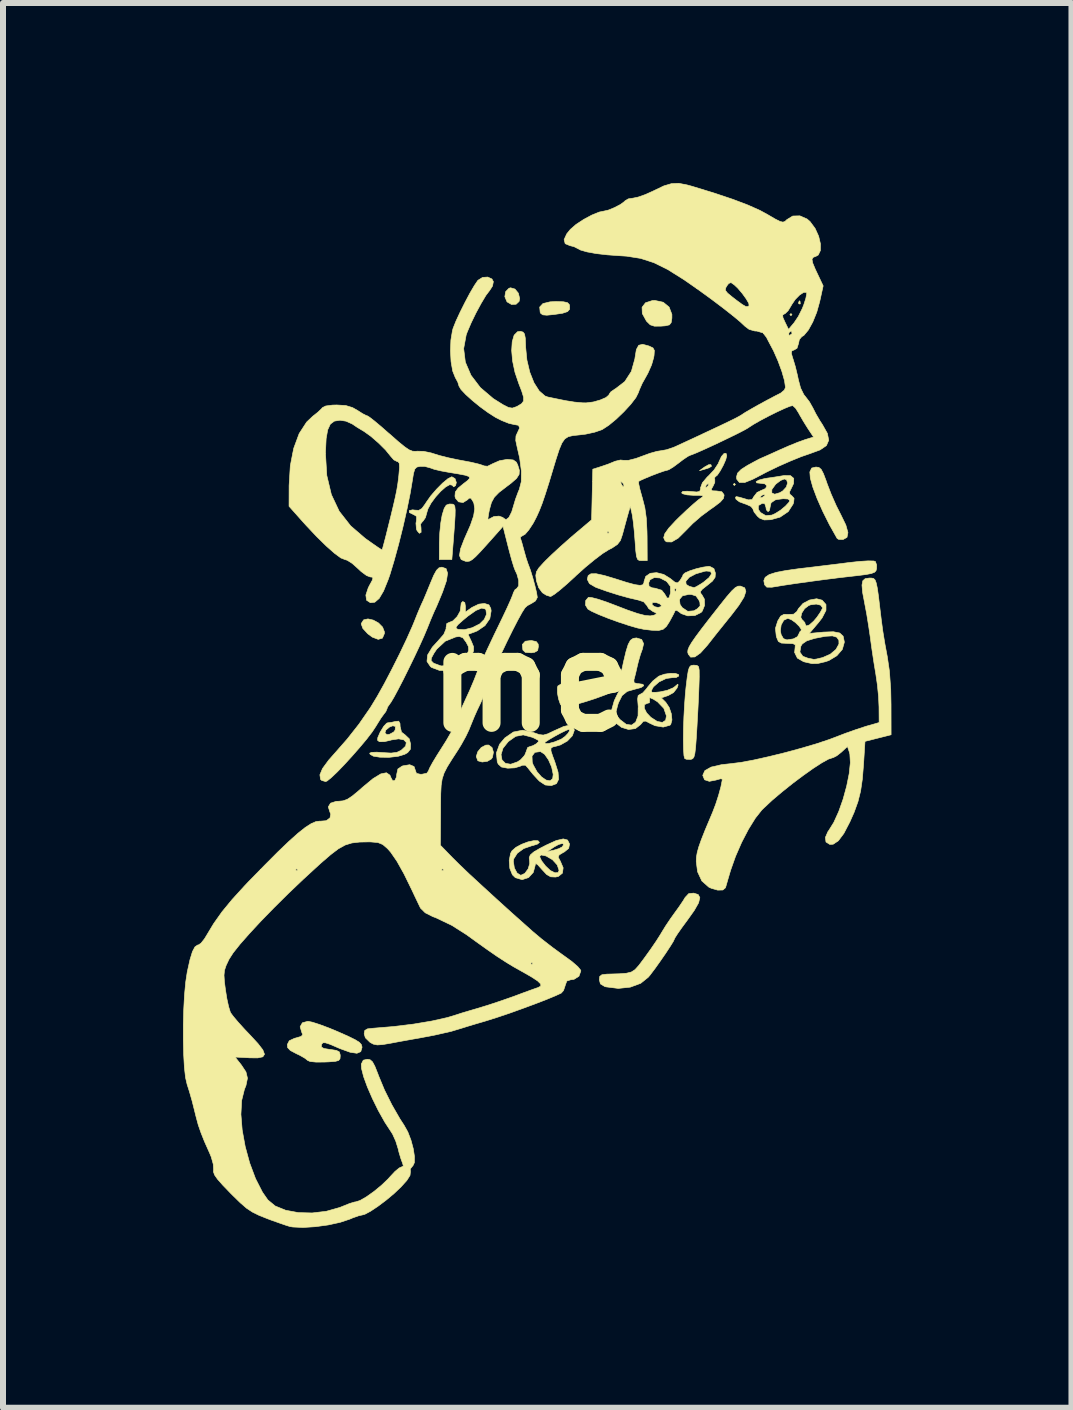
<source format=kicad_pcb>
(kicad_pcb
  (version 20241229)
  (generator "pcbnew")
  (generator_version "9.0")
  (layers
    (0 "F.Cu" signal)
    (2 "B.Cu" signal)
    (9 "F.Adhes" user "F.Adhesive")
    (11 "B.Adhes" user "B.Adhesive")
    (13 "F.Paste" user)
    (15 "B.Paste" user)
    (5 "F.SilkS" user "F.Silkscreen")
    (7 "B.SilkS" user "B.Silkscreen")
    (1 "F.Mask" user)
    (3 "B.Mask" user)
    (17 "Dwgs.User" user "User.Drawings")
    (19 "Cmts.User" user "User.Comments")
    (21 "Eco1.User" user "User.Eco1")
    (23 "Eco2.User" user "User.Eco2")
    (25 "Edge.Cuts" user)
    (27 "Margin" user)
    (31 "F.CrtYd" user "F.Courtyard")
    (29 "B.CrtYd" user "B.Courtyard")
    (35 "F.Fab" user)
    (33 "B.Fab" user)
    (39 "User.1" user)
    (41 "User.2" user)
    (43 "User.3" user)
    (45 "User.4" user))
  (footprint "me"
    (layer "F.Cu")
    (at 5.795 8.307)
    (property "Reference" "me" (at 0 0 0) (layer "F.SilkS") (effects (font (size 1.524 1.524) (thickness 0.3))))
    (attr through_hole)
    (fp_poly (pts (xy 3.411 -3.284) (xy 3.393 -3.266) (xy 3.375 -3.284) (xy 3.393 -3.302) (xy 3.411 -3.284)) (stroke (width 0.01) (type solid)) (fill yes) (layer "F.SilkS"))
    (fp_poly (pts (xy 4.354 -6.114) (xy 4.336 -6.096) (xy 4.318 -6.114) (xy 4.336 -6.132) (xy 4.354 -6.114)) (stroke (width 0.01) (type solid)) (fill yes) (layer "F.SilkS"))
    (fp_poly (pts (xy 4.487 -6.338) (xy 4.492 -6.295) (xy 4.487 -6.29) (xy 4.466 -6.295) (xy 4.463 -6.314) (xy 4.476 -6.344) (xy 4.487 -6.338)) (stroke (width 0.01) (type solid)) (fill yes) (layer "F.SilkS"))
    (fp_poly (pts (xy 3.012 -3.586) (xy 2.971 -3.561) (xy 2.903 -3.539) (xy 2.812 -3.513) (xy 2.896 -3.574) (xy 2.963 -3.612) (xy 3.002 -3.614) (xy 3.012 -3.586)) (stroke (width 0.01) (type solid)) (fill yes) (layer "F.SilkS"))
    (fp_poly (pts (xy 0.092 -0.665) (xy 0.124 -0.623) (xy 0.127 -0.581) (xy 0.115 -0.516) (xy 0.063 -0.486) (xy 0.009 -0.478) (xy -0.09 -0.485) (xy -0.131 -0.524) (xy -0.141 -0.616) (xy -0.091 -0.671) (xy 0.009 -0.683) (xy 0.092 -0.665)) (stroke (width 0.01) (type solid)) (fill yes) (layer "F.SilkS"))
    (fp_poly (pts (xy -0.263 -6.54) (xy -0.207 -6.472) (xy -0.185 -6.384) (xy -0.194 -6.334) (xy -0.244 -6.287) (xy -0.321 -6.283) (xy -0.393 -6.325) (xy -0.397 -6.33) (xy -0.432 -6.413) (xy -0.418 -6.497) (xy -0.363 -6.553) (xy -0.336 -6.561) (xy -0.263 -6.54)) (stroke (width 0.01) (type solid)) (fill yes) (layer "F.SilkS"))
    (fp_poly (pts (xy -0.645 1.101) (xy -0.622 1.179) (xy -0.638 1.264) (xy -0.655 1.29) (xy -0.722 1.33) (xy -0.81 1.342) (xy -0.88 1.322) (xy -0.883 1.318) (xy -0.908 1.251) (xy -0.883 1.171) (xy -0.825 1.1) (xy -0.748 1.06) (xy -0.701 1.059) (xy -0.645 1.101)) (stroke (width 0.01) (type solid)) (fill yes) (layer "F.SilkS"))
    (fp_poly (pts (xy -2.624 -1.023) (xy -2.537 -0.975) (xy -2.469 -0.906) (xy -2.438 -0.825) (xy -2.439 -0.799) (xy -2.472 -0.722) (xy -2.542 -0.702) (xy -2.64 -0.739) (xy -2.716 -0.795) (xy -2.798 -0.884) (xy -2.825 -0.959) (xy -2.824 -0.967) (xy -2.785 -1.027) (xy -2.713 -1.043) (xy -2.624 -1.023)) (stroke (width 0.01) (type solid)) (fill yes) (layer "F.SilkS"))
    (fp_poly (pts (xy 0.544 -6.328) (xy 0.611 -6.314) (xy 0.641 -6.284) (xy 0.647 -6.265) (xy 0.648 -6.204) (xy 0.613 -6.164) (xy 0.531 -6.137) (xy 0.39 -6.116) (xy 0.269 -6.104) (xy 0.201 -6.11) (xy 0.167 -6.134) (xy 0.157 -6.153) (xy 0.149 -6.24) (xy 0.203 -6.298) (xy 0.322 -6.327) (xy 0.421 -6.332) (xy 0.544 -6.328)) (stroke (width 0.01) (type solid)) (fill yes) (layer "F.SilkS"))
    (fp_poly (pts (xy 2.208 -6.32) (xy 2.306 -6.239) (xy 2.352 -6.118) (xy 2.352 -6.055) (xy 2.34 -5.98) (xy 2.31 -5.943) (xy 2.24 -5.927) (xy 2.172 -5.922) (xy 2.061 -5.921) (xy 1.991 -5.944) (xy 1.933 -6.001) (xy 1.927 -6.008) (xy 1.859 -6.132) (xy 1.855 -6.236) (xy 1.912 -6.311) (xy 2.026 -6.348) (xy 2.069 -6.35) (xy 2.208 -6.32)) (stroke (width 0.01) (type solid)) (fill yes) (layer "F.SilkS"))
    (fp_poly (pts (xy -1.305 -2.956) (xy -1.28 -2.946) (xy -1.265 -2.916) (xy -1.259 -2.857) (xy -1.261 -2.759) (xy -1.27 -2.61) (xy -1.286 -2.402) (xy -1.29 -2.349) (xy -1.315 -2.032) (xy -1.524 -2.032) (xy -1.523 -2.313) (xy -1.516 -2.48) (xy -1.499 -2.646) (xy -1.476 -2.776) (xy -1.442 -2.885) (xy -1.408 -2.939) (xy -1.359 -2.957) (xy -1.34 -2.957) (xy -1.305 -2.956)) (stroke (width 0.01) (type solid)) (fill yes) (layer "F.SilkS"))
    (fp_poly (pts (xy 4.802 -3.567) (xy 4.84 -3.535) (xy 4.877 -3.465) (xy 4.923 -3.344) (xy 4.937 -3.302) (xy 5.005 -3.125) (xy 5.09 -2.932) (xy 5.166 -2.782) (xy 5.251 -2.607) (xy 5.286 -2.481) (xy 5.27 -2.402) (xy 5.205 -2.366) (xy 5.201 -2.366) (xy 5.132 -2.368) (xy 5.106 -2.384) (xy 4.979 -2.61) (xy 4.866 -2.836) (xy 4.772 -3.049) (xy 4.701 -3.238) (xy 4.659 -3.389) (xy 4.651 -3.491) (xy 4.651 -3.492) (xy 4.682 -3.557) (xy 4.753 -3.574) (xy 4.802 -3.567)) (stroke (width 0.01) (type solid)) (fill yes) (layer "F.SilkS"))
    (fp_poly (pts (xy 3.497 -1.589) (xy 3.566 -1.561) (xy 3.585 -1.501) (xy 3.553 -1.405) (xy 3.468 -1.269) (xy 3.35 -1.114) (xy 3.226 -0.96) (xy 3.099 -0.802) (xy 2.989 -0.662) (xy 2.943 -0.603) (xy 2.828 -0.475) (xy 2.734 -0.409) (xy 2.664 -0.406) (xy 2.625 -0.456) (xy 2.616 -0.489) (xy 2.62 -0.528) (xy 2.64 -0.579) (xy 2.682 -0.65) (xy 2.75 -0.748) (xy 2.849 -0.881) (xy 2.984 -1.056) (xy 3.152 -1.27) (xy 3.267 -1.414) (xy 3.349 -1.509) (xy 3.408 -1.564) (xy 3.453 -1.588) (xy 3.495 -1.59) (xy 3.497 -1.589)) (stroke (width 0.01) (type solid)) (fill yes) (layer "F.SilkS"))
    (fp_poly (pts (xy 5.715 -2.008) (xy 5.743 -2) (xy 5.764 -1.942) (xy 5.763 -1.883) (xy 5.754 -1.846) (xy 5.729 -1.82) (xy 5.677 -1.8) (xy 5.585 -1.782) (xy 5.44 -1.764) (xy 5.334 -1.752) (xy 5.126 -1.728) (xy 4.889 -1.698) (xy 4.643 -1.665) (xy 4.407 -1.632) (xy 4.2 -1.601) (xy 4.042 -1.575) (xy 4.019 -1.571) (xy 3.934 -1.572) (xy 3.897 -1.611) (xy 3.884 -1.68) (xy 3.907 -1.736) (xy 3.973 -1.781) (xy 4.091 -1.819) (xy 4.266 -1.852) (xy 4.506 -1.885) (xy 4.529 -1.887) (xy 4.722 -1.91) (xy 4.951 -1.938) (xy 5.181 -1.966) (xy 5.295 -1.981) (xy 5.478 -2.001) (xy 5.622 -2.01) (xy 5.715 -2.008)) (stroke (width 0.01) (type solid)) (fill yes) (layer "F.SilkS"))
    (fp_poly (pts (xy 2.77 -0.268) (xy 2.797 -0.246) (xy 2.807 -0.188) (xy 2.808 -0.079) (xy 2.807 -0.036) (xy 2.803 0.087) (xy 2.796 0.263) (xy 2.786 0.468) (xy 2.774 0.684) (xy 2.771 0.744) (xy 2.758 0.954) (xy 2.747 1.102) (xy 2.735 1.199) (xy 2.72 1.257) (xy 2.7 1.286) (xy 2.673 1.297) (xy 2.666 1.299) (xy 2.593 1.296) (xy 2.566 1.284) (xy 2.553 1.234) (xy 2.546 1.127) (xy 2.543 0.975) (xy 2.545 0.792) (xy 2.552 0.593) (xy 2.563 0.392) (xy 2.577 0.201) (xy 2.588 0.091) (xy 2.608 -0.074) (xy 2.625 -0.179) (xy 2.644 -0.238) (xy 2.67 -0.265) (xy 2.706 -0.272) (xy 2.721 -0.272) (xy 2.77 -0.268)) (stroke (width 0.01) (type solid)) (fill yes) (layer "F.SilkS"))
    (fp_poly (pts (xy -1.262 -3.381) (xy -1.24 -3.316) (xy -1.253 -3.264) (xy -1.285 -3.244) (xy -1.309 -3.271) (xy -1.35 -3.28) (xy -1.418 -3.242) (xy -1.501 -3.169) (xy -1.586 -3.075) (xy -1.661 -2.973) (xy -1.713 -2.877) (xy -1.729 -2.824) (xy -1.755 -2.731) (xy -1.794 -2.674) (xy -1.801 -2.67) (xy -1.836 -2.623) (xy -1.829 -2.559) (xy -1.827 -2.486) (xy -1.856 -2.469) (xy -1.894 -2.513) (xy -1.905 -2.54) (xy -1.913 -2.636) (xy -1.904 -2.688) (xy -1.903 -2.752) (xy -1.956 -2.783) (xy -2.022 -2.815) (xy -2.025 -2.848) (xy -1.969 -2.861) (xy -1.932 -2.856) (xy -1.866 -2.852) (xy -1.814 -2.883) (xy -1.756 -2.962) (xy -1.742 -2.985) (xy -1.665 -3.094) (xy -1.569 -3.205) (xy -1.469 -3.306) (xy -1.381 -3.379) (xy -1.318 -3.411) (xy -1.314 -3.411) (xy -1.262 -3.381)) (stroke (width 0.01) (type solid)) (fill yes) (layer "F.SilkS"))
    (fp_poly (pts (xy 2.79 3.55) (xy 2.818 3.602) (xy 2.797 3.689) (xy 2.726 3.814) (xy 2.613 3.973) (xy 2.521 4.098) (xy 2.448 4.202) (xy 2.404 4.271) (xy 2.395 4.29) (xy 2.375 4.333) (xy 2.322 4.418) (xy 2.247 4.532) (xy 2.16 4.658) (xy 2.072 4.782) (xy 1.992 4.888) (xy 1.96 4.927) (xy 1.832 5.03) (xy 1.658 5.094) (xy 1.459 5.115) (xy 1.253 5.089) (xy 1.234 5.084) (xy 1.161 5.04) (xy 1.143 4.97) (xy 1.15 4.914) (xy 1.186 4.887) (xy 1.268 4.877) (xy 1.306 4.876) (xy 1.478 4.871) (xy 1.595 4.862) (xy 1.676 4.842) (xy 1.738 4.802) (xy 1.8 4.733) (xy 1.879 4.628) (xy 1.903 4.595) (xy 2.003 4.456) (xy 2.095 4.321) (xy 2.164 4.212) (xy 2.179 4.186) (xy 2.246 4.077) (xy 2.334 3.946) (xy 2.393 3.864) (xy 2.473 3.753) (xy 2.541 3.652) (xy 2.573 3.599) (xy 2.633 3.535) (xy 2.715 3.527) (xy 2.79 3.55)) (stroke (width 0.01) (type solid)) (fill yes) (layer "F.SilkS"))
    (fp_poly (pts (xy -3.711 5.663) (xy -3.639 5.678) (xy -3.518 5.717) (xy -3.365 5.774) (xy -3.211 5.838) (xy -3.04 5.914) (xy -2.926 5.97) (xy -2.857 6.013) (xy -2.823 6.051) (xy -2.812 6.091) (xy -2.812 6.099) (xy -2.833 6.169) (xy -2.897 6.196) (xy -3.01 6.179) (xy -3.176 6.119) (xy -3.218 6.101) (xy -3.346 6.046) (xy -3.423 6.021) (xy -3.464 6.021) (xy -3.484 6.045) (xy -3.487 6.053) (xy -3.489 6.092) (xy -3.447 6.116) (xy -3.348 6.132) (xy -3.342 6.132) (xy -3.239 6.148) (xy -3.19 6.173) (xy -3.176 6.221) (xy -3.175 6.241) (xy -3.179 6.288) (xy -3.202 6.316) (xy -3.258 6.331) (xy -3.365 6.339) (xy -3.435 6.342) (xy -3.577 6.343) (xy -3.677 6.333) (xy -3.718 6.315) (xy -3.763 6.279) (xy -3.85 6.229) (xy -3.905 6.203) (xy -4.007 6.149) (xy -4.052 6.101) (xy -4.057 6.05) (xy -4.024 5.987) (xy -3.936 5.946) (xy -3.911 5.94) (xy -3.827 5.915) (xy -3.8 5.886) (xy -3.817 5.844) (xy -3.843 5.754) (xy -3.806 5.688) (xy -3.716 5.663) (xy -3.711 5.663)) (stroke (width 0.01) (type solid)) (fill yes) (layer "F.SilkS"))
    (fp_poly (pts (xy -2.179 0.7) (xy -2.177 0.749) (xy -2.154 0.844) (xy -2.095 0.889) (xy -2.025 0.955) (xy -2.003 1.041) (xy -2.006 1.129) (xy -2.051 1.185) (xy -2.101 1.214) (xy -2.211 1.247) (xy -2.36 1.264) (xy -2.514 1.262) (xy -2.622 1.245) (xy -2.675 1.215) (xy -2.685 1.195) (xy -2.652 1.181) (xy -2.565 1.178) (xy -2.469 1.185) (xy -2.327 1.193) (xy -2.231 1.181) (xy -2.16 1.147) (xy -2.085 1.077) (xy -2.074 1.016) (xy -2.115 0.973) (xy -2.201 0.956) (xy -2.322 0.974) (xy -2.342 0.98) (xy -2.441 1.003) (xy -2.517 1.004) (xy -2.524 1.002) (xy -2.553 0.98) (xy -2.549 0.935) (xy -2.516 0.859) (xy -2.43 0.859) (xy -2.397 0.885) (xy -2.356 0.881) (xy -2.285 0.843) (xy -2.26 0.81) (xy -2.255 0.749) (xy -2.299 0.738) (xy -2.355 0.76) (xy -2.416 0.811) (xy -2.43 0.859) (xy -2.516 0.859) (xy -2.511 0.848) (xy -2.504 0.835) (xy -2.45 0.747) (xy -2.401 0.695) (xy -2.385 0.689) (xy -2.316 0.68) (xy -2.259 0.667) (xy -2.201 0.661) (xy -2.179 0.7)) (stroke (width 0.01) (type solid)) (fill yes) (layer "F.SilkS"))
    (fp_poly (pts (xy -1.411 -1.881) (xy -1.386 -1.806) (xy -1.405 -1.678) (xy -1.468 -1.495) (xy -1.469 -1.492) (xy -1.522 -1.364) (xy -1.567 -1.257) (xy -1.595 -1.195) (xy -1.596 -1.195) (xy -1.623 -1.134) (xy -1.668 -1.028) (xy -1.72 -0.898) (xy -1.725 -0.886) (xy -1.78 -0.755) (xy -1.854 -0.591) (xy -1.941 -0.406) (xy -2.034 -0.215) (xy -2.125 -0.031) (xy -2.21 0.133) (xy -2.28 0.263) (xy -2.33 0.347) (xy -2.344 0.366) (xy -2.386 0.426) (xy -2.395 0.454) (xy -2.416 0.503) (xy -2.446 0.541) (xy -2.494 0.607) (xy -2.556 0.706) (xy -2.582 0.749) (xy -2.643 0.841) (xy -2.735 0.961) (xy -2.85 1.098) (xy -2.976 1.242) (xy -3.103 1.381) (xy -3.221 1.504) (xy -3.321 1.599) (xy -3.392 1.657) (xy -3.418 1.668) (xy -3.484 1.649) (xy -3.503 1.631) (xy -3.514 1.555) (xy -3.47 1.45) (xy -3.368 1.311) (xy -3.293 1.226) (xy -3.06 0.961) (xy -2.863 0.711) (xy -2.681 0.448) (xy -2.661 0.417) (xy -2.559 0.249) (xy -2.439 0.034) (xy -2.311 -0.211) (xy -2.184 -0.464) (xy -2.068 -0.707) (xy -1.973 -0.92) (xy -1.942 -0.995) (xy -1.89 -1.126) (xy -1.844 -1.235) (xy -1.815 -1.301) (xy -1.813 -1.304) (xy -1.786 -1.363) (xy -1.741 -1.47) (xy -1.687 -1.602) (xy -1.674 -1.633) (xy -1.616 -1.771) (xy -1.57 -1.854) (xy -1.529 -1.894) (xy -1.482 -1.905) (xy -1.481 -1.905) (xy -1.411 -1.881)) (stroke (width 0.01) (type solid)) (fill yes) (layer "F.SilkS"))
    (fp_poly (pts (xy 3.266 -3.762) (xy 3.25 -3.697) (xy 3.21 -3.606) (xy 3.159 -3.512) (xy 3.11 -3.439) (xy 3.075 -3.411) (xy 3.06 -3.388) (xy 3.067 -3.373) (xy 3.067 -3.317) (xy 3.038 -3.255) (xy 3.007 -3.2) (xy 3.025 -3.178) (xy 3.098 -3.175) (xy 3.184 -3.162) (xy 3.219 -3.116) (xy 3.222 -3.101) (xy 3.211 -3.05) (xy 3.158 -2.99) (xy 3.053 -2.91) (xy 2.992 -2.868) (xy 2.845 -2.759) (xy 2.697 -2.631) (xy 2.584 -2.515) (xy 2.456 -2.388) (xy 2.348 -2.325) (xy 2.264 -2.327) (xy 2.238 -2.346) (xy 2.215 -2.396) (xy 2.234 -2.463) (xy 2.301 -2.557) (xy 2.418 -2.683) (xy 2.477 -2.741) (xy 2.598 -2.856) (xy 2.709 -2.956) (xy 2.793 -3.027) (xy 2.824 -3.049) (xy 2.868 -3.08) (xy 2.867 -3.096) (xy 2.811 -3.102) (xy 2.718 -3.102) (xy 2.604 -3.11) (xy 2.53 -3.129) (xy 2.514 -3.144) (xy 2.533 -3.168) (xy 2.614 -3.171) (xy 2.665 -3.166) (xy 2.766 -3.158) (xy 2.815 -3.168) (xy 2.829 -3.204) (xy 2.83 -3.23) (xy 2.831 -3.232) (xy 2.912 -3.232) (xy 2.917 -3.229) (xy 2.95 -3.255) (xy 2.957 -3.266) (xy 2.967 -3.3) (xy 2.962 -3.302) (xy 2.928 -3.276) (xy 2.921 -3.266) (xy 2.912 -3.232) (xy 2.831 -3.232) (xy 2.86 -3.311) (xy 2.941 -3.407) (xy 2.964 -3.428) (xy 3.055 -3.525) (xy 3.124 -3.63) (xy 3.139 -3.666) (xy 3.178 -3.75) (xy 3.221 -3.799) (xy 3.255 -3.802) (xy 3.266 -3.762)) (stroke (width 0.01) (type solid)) (fill yes) (layer "F.SilkS"))
    (fp_poly (pts (xy -1.099 -1.316) (xy -1.089 -1.252) (xy -1.089 -1.156) (xy -0.98 -1.234) (xy -0.866 -1.289) (xy -0.771 -1.3) (xy -0.697 -1.277) (xy -0.666 -1.217) (xy -0.66 -1.177) (xy -0.682 -1.048) (xy -0.763 -0.931) (xy -0.89 -0.844) (xy -0.923 -0.83) (xy -1.045 -0.786) (xy -0.988 -0.665) (xy -0.953 -0.579) (xy -0.953 -0.511) (xy -0.988 -0.423) (xy -0.992 -0.415) (xy -1.081 -0.304) (xy -1.213 -0.224) (xy -1.367 -0.183) (xy -1.52 -0.184) (xy -1.652 -0.234) (xy -1.671 -0.248) (xy -1.729 -0.334) (xy -1.728 -0.349) (xy -1.661 -0.349) (xy -1.63 -0.315) (xy -1.614 -0.303) (xy -1.495 -0.259) (xy -1.339 -0.267) (xy -1.238 -0.294) (xy -1.134 -0.359) (xy -1.068 -0.44) (xy -1.034 -0.52) (xy -1.04 -0.584) (xy -1.077 -0.655) (xy -1.132 -0.729) (xy -1.191 -0.75) (xy -1.251 -0.742) (xy -1.424 -0.672) (xy -1.566 -0.54) (xy -1.612 -0.472) (xy -1.655 -0.393) (xy -1.661 -0.349) (xy -1.728 -0.349) (xy -1.719 -0.442) (xy -1.64 -0.572) (xy -1.551 -0.669) (xy -1.449 -0.786) (xy -1.411 -0.877) (xy -1.411 -0.898) (xy -1.41 -0.903) (xy -1.246 -0.903) (xy -1.234 -0.879) (xy -1.211 -0.869) (xy -1.108 -0.863) (xy -0.977 -0.896) (xy -0.851 -0.959) (xy -0.775 -1.034) (xy -0.737 -1.12) (xy -0.747 -1.195) (xy -0.758 -1.208) (xy -0.817 -1.223) (xy -0.913 -1.184) (xy -1.048 -1.089) (xy -1.131 -1.02) (xy -1.214 -0.946) (xy -1.246 -0.903) (xy -1.41 -0.903) (xy -1.4 -0.965) (xy -1.37 -0.98) (xy -1.297 -1.01) (xy -1.225 -1.083) (xy -1.176 -1.172) (xy -1.167 -1.236) (xy -1.159 -1.306) (xy -1.134 -1.333) (xy -1.099 -1.316)) (stroke (width 0.01) (type solid)) (fill yes) (layer "F.SilkS"))
    (fp_poly (pts (xy 0.613 2.642) (xy 0.646 2.707) (xy 0.646 2.711) (xy 0.632 2.781) (xy 0.559 2.841) (xy 0.546 2.847) (xy 0.474 2.89) (xy 0.457 2.927) (xy 0.487 2.984) (xy 0.492 2.992) (xy 0.54 3.105) (xy 0.528 3.194) (xy 0.46 3.249) (xy 0.412 3.259) (xy 0.332 3.255) (xy 0.264 3.216) (xy 0.186 3.132) (xy 0.118 3.056) (xy 0.084 3.033) (xy 0.073 3.059) (xy 0.073 3.068) (xy 0.042 3.182) (xy -0.036 3.267) (xy -0.141 3.302) (xy -0.145 3.302) (xy -0.256 3.27) (xy -0.306 3.221) (xy -0.349 3.114) (xy -0.359 2.983) (xy -0.336 2.864) (xy -0.313 2.822) (xy -0.247 2.764) (xy -0.152 2.713) (xy -0.046 2.673) (xy 0.052 2.652) (xy 0.121 2.654) (xy 0.145 2.681) (xy 0.113 2.709) (xy 0.036 2.734) (xy 0.022 2.736) (xy -0.117 2.784) (xy -0.224 2.862) (xy -0.284 2.957) (xy -0.29 2.999) (xy -0.273 3.109) (xy -0.227 3.193) (xy -0.168 3.229) (xy -0.164 3.229) (xy -0.099 3.198) (xy -0.044 3.124) (xy -0.017 3.035) (xy -0.019 2.996) (xy -0.026 2.939) (xy -0.018 2.918) (xy 0.147 2.918) (xy 0.18 2.988) (xy 0.246 3.074) (xy 0.326 3.15) (xy 0.402 3.188) (xy 0.455 3.185) (xy 0.472 3.147) (xy 0.441 3.057) (xy 0.362 2.97) (xy 0.257 2.909) (xy 0.255 2.908) (xy 0.172 2.891) (xy 0.147 2.918) (xy -0.018 2.918) (xy -0.008 2.892) (xy 0.046 2.844) (xy 0.059 2.836) (xy 0.272 2.836) (xy 0.381 2.812) (xy 0.47 2.785) (xy 0.524 2.756) (xy 0.551 2.714) (xy 0.527 2.7) (xy 0.467 2.715) (xy 0.392 2.756) (xy 0.272 2.836) (xy 0.059 2.836) (xy 0.147 2.784) (xy 0.257 2.727) (xy 0.424 2.651) (xy 0.541 2.623) (xy 0.613 2.642)) (stroke (width 0.01) (type solid)) (fill yes) (layer "F.SilkS"))
    (fp_poly (pts (xy 4.328 -3.431) (xy 4.383 -3.385) (xy 4.38 -3.299) (xy 4.347 -3.229) (xy 4.312 -3.158) (xy 4.319 -3.12) (xy 4.35 -3.095) (xy 4.388 -3.053) (xy 4.381 -2.984) (xy 4.372 -2.957) (xy 4.291 -2.831) (xy 4.155 -2.739) (xy 4.002 -2.696) (xy 3.891 -2.692) (xy 3.816 -2.721) (xy 3.778 -2.754) (xy 3.722 -2.824) (xy 3.705 -2.869) (xy 3.792 -2.869) (xy 3.829 -2.816) (xy 3.916 -2.764) (xy 4.018 -2.773) (xy 4.075 -2.799) (xy 4.162 -2.854) (xy 4.245 -2.923) (xy 4.303 -2.986) (xy 4.318 -3.018) (xy 4.287 -3.041) (xy 4.208 -3.046) (xy 4.105 -3.033) (xy 4.073 -3.025) (xy 4.005 -2.978) (xy 3.991 -2.917) (xy 3.978 -2.851) (xy 3.955 -2.83) (xy 3.926 -2.861) (xy 3.919 -2.906) (xy 3.899 -2.964) (xy 3.858 -2.969) (xy 3.794 -2.932) (xy 3.792 -2.869) (xy 3.705 -2.869) (xy 3.701 -2.878) (xy 3.67 -2.917) (xy 3.591 -2.953) (xy 3.568 -2.96) (xy 3.477 -2.994) (xy 3.422 -3.036) (xy 3.418 -3.044) (xy 3.412 -3.071) (xy 3.427 -3.081) (xy 3.477 -3.071) (xy 3.577 -3.042) (xy 3.625 -3.027) (xy 3.688 -3.031) (xy 3.705 -3.058) (xy 3.814 -3.058) (xy 3.85 -3.066) (xy 3.857 -3.068) (xy 3.901 -3.097) (xy 3.902 -3.114) (xy 3.863 -3.109) (xy 3.837 -3.089) (xy 3.814 -3.058) (xy 3.705 -3.058) (xy 3.718 -3.081) (xy 3.765 -3.142) (xy 4.017 -3.142) (xy 4.065 -3.121) (xy 4.15 -3.146) (xy 4.201 -3.177) (xy 4.259 -3.24) (xy 4.28 -3.309) (xy 4.263 -3.361) (xy 4.226 -3.375) (xy 4.164 -3.35) (xy 4.087 -3.292) (xy 4.079 -3.284) (xy 4.018 -3.2) (xy 4.017 -3.142) (xy 3.765 -3.142) (xy 3.77 -3.149) (xy 3.828 -3.178) (xy 3.911 -3.215) (xy 3.936 -3.259) (xy 3.902 -3.293) (xy 3.838 -3.302) (xy 3.765 -3.31) (xy 3.755 -3.33) (xy 3.8 -3.356) (xy 3.892 -3.38) (xy 3.937 -3.388) (xy 4.074 -3.408) (xy 4.209 -3.43) (xy 4.218 -3.432) (xy 4.328 -3.431)) (stroke (width 0.01) (type solid)) (fill yes) (layer "F.SilkS"))
    (fp_poly (pts (xy 0.709 0.75) (xy 0.726 0.814) (xy 0.693 0.905) (xy 0.61 0.992) (xy 0.495 1.057) (xy 0.427 1.077) (xy 0.367 1.091) (xy 0.337 1.112) (xy 0.337 1.158) (xy 0.365 1.243) (xy 0.401 1.339) (xy 0.455 1.511) (xy 0.464 1.631) (xy 0.428 1.703) (xy 0.346 1.734) (xy 0.341 1.735) (xy 0.242 1.725) (xy 0.15 1.665) (xy 0.124 1.64) (xy 0.04 1.549) (xy -0.03 1.463) (xy -0.038 1.451) (xy -0.088 1.395) (xy -0.141 1.396) (xy -0.176 1.412) (xy -0.267 1.439) (xy -0.381 1.445) (xy -0.391 1.444) (xy -0.489 1.425) (xy -0.542 1.376) (xy -0.558 1.339) (xy -0.57 1.219) (xy -0.495 1.219) (xy -0.479 1.307) (xy -0.422 1.364) (xy -0.334 1.379) (xy -0.222 1.34) (xy -0.168 1.304) (xy -0.113 1.244) (xy 0.021 1.244) (xy 0.025 1.346) (xy 0.04 1.388) (xy 0.104 1.504) (xy 0.18 1.591) (xy 0.256 1.643) (xy 0.322 1.655) (xy 0.365 1.62) (xy 0.374 1.548) (xy 0.348 1.425) (xy 0.296 1.306) (xy 0.231 1.213) (xy 0.164 1.169) (xy 0.16 1.168) (xy 0.068 1.181) (xy 0.021 1.244) (xy -0.113 1.244) (xy -0.102 1.232) (xy -0.073 1.161) (xy -0.073 1.159) (xy -0.052 1.101) (xy -0.025 1.089) (xy 0.04 1.068) (xy 0.092 1.038) (xy 0.113 1.019) (xy 0.234 1.019) (xy 0.245 1.037) (xy 0.304 1.032) (xy 0.393 1.008) (xy 0.492 0.968) (xy 0.513 0.958) (xy 0.573 0.915) (xy 0.624 0.861) (xy 0.649 0.815) (xy 0.637 0.798) (xy 0.589 0.815) (xy 0.503 0.857) (xy 0.401 0.912) (xy 0.308 0.966) (xy 0.246 1.007) (xy 0.234 1.019) (xy 0.113 1.019) (xy 0.13 1.004) (xy 0.122 0.978) (xy 0.059 0.945) (xy 0.022 0.929) (xy -0.125 0.89) (xy -0.251 0.914) (xy -0.374 1.001) (xy -0.463 1.113) (xy -0.495 1.219) (xy -0.57 1.219) (xy -0.573 1.192) (xy -0.52 1.046) (xy -0.432 0.941) (xy -0.289 0.842) (xy -0.136 0.812) (xy 0.039 0.849) (xy 0.05 0.853) (xy 0.142 0.885) (xy 0.21 0.893) (xy 0.281 0.873) (xy 0.386 0.823) (xy 0.393 0.82) (xy 0.548 0.75) (xy 0.651 0.727) (xy 0.709 0.75)) (stroke (width 0.01) (type solid)) (fill yes) (layer "F.SilkS"))
    (fp_poly (pts (xy 4.856 -1.355) (xy 4.92 -1.283) (xy 4.92 -1.185) (xy 4.855 -1.059) (xy 4.792 -0.978) (xy 4.642 -0.801) (xy 4.878 -0.823) (xy 5.043 -0.829) (xy 5.149 -0.808) (xy 5.206 -0.755) (xy 5.225 -0.664) (xy 5.225 -0.65) (xy 5.192 -0.534) (xy 5.101 -0.429) (xy 4.968 -0.349) (xy 4.908 -0.329) (xy 4.784 -0.3) (xy 4.686 -0.298) (xy 4.571 -0.324) (xy 4.547 -0.33) (xy 4.443 -0.39) (xy 4.397 -0.484) (xy 4.398 -0.49) (xy 4.485 -0.49) (xy 4.534 -0.42) (xy 4.62 -0.388) (xy 4.691 -0.374) (xy 4.717 -0.368) (xy 4.761 -0.374) (xy 4.845 -0.394) (xy 4.865 -0.399) (xy 4.992 -0.455) (xy 5.087 -0.535) (xy 5.136 -0.625) (xy 5.135 -0.686) (xy 5.1 -0.738) (xy 5.028 -0.76) (xy 4.909 -0.753) (xy 4.734 -0.719) (xy 4.73 -0.718) (xy 4.601 -0.678) (xy 4.526 -0.627) (xy 4.501 -0.587) (xy 4.485 -0.49) (xy 4.398 -0.49) (xy 4.406 -0.572) (xy 4.408 -0.612) (xy 4.368 -0.631) (xy 4.275 -0.635) (xy 4.177 -0.64) (xy 4.127 -0.667) (xy 4.099 -0.732) (xy 4.091 -0.761) (xy 4.082 -0.844) (xy 4.16 -0.844) (xy 4.173 -0.78) (xy 4.211 -0.714) (xy 4.269 -0.693) (xy 4.37 -0.709) (xy 4.381 -0.712) (xy 4.445 -0.747) (xy 4.463 -0.781) (xy 4.488 -0.834) (xy 4.503 -0.842) (xy 4.508 -0.87) (xy 4.472 -0.922) (xy 4.411 -0.982) (xy 4.343 -1.03) (xy 4.285 -1.052) (xy 4.283 -1.052) (xy 4.217 -1.021) (xy 4.173 -0.943) (xy 4.16 -0.844) (xy 4.082 -0.844) (xy 4.078 -0.887) (xy 4.116 -1.008) (xy 4.153 -1.07) (xy 4.5 -1.07) (xy 4.524 -1.026) (xy 4.53 -1.024) (xy 4.569 -0.98) (xy 4.572 -0.96) (xy 4.591 -0.925) (xy 4.643 -0.942) (xy 4.716 -1.007) (xy 4.77 -1.071) (xy 4.827 -1.155) (xy 4.86 -1.217) (xy 4.862 -1.229) (xy 4.832 -1.272) (xy 4.758 -1.29) (xy 4.665 -1.278) (xy 4.63 -1.265) (xy 4.563 -1.213) (xy 4.516 -1.14) (xy 4.5 -1.07) (xy 4.153 -1.07) (xy 4.164 -1.089) (xy 4.22 -1.119) (xy 4.291 -1.118) (xy 4.38 -1.121) (xy 4.434 -1.165) (xy 4.463 -1.216) (xy 4.538 -1.301) (xy 4.647 -1.358) (xy 4.764 -1.379) (xy 4.856 -1.355)) (stroke (width 0.01) (type solid)) (fill yes) (layer "F.SilkS"))
    (fp_poly (pts (xy 5.683 -1.723) (xy 5.714 -1.716) (xy 5.738 -1.692) (xy 5.757 -1.643) (xy 5.775 -1.558) (xy 5.794 -1.428) (xy 5.816 -1.243) (xy 5.841 -1.035) (xy 5.867 -0.84) (xy 5.902 -0.626) (xy 5.937 -0.438) (xy 5.941 -0.418) (xy 5.977 -0.174) (xy 5.999 0.132) (xy 6.004 0.38) (xy 6.005 0.888) (xy 5.788 0.943) (xy 5.57 0.998) (xy 5.546 1.38) (xy 5.526 1.627) (xy 5.497 1.826) (xy 5.453 2.002) (xy 5.389 2.18) (xy 5.318 2.34) (xy 5.218 2.532) (xy 5.126 2.655) (xy 5.04 2.712) (xy 4.983 2.715) (xy 4.92 2.675) (xy 4.91 2.599) (xy 4.952 2.503) (xy 4.966 2.484) (xy 5.051 2.347) (xy 5.133 2.166) (xy 5.206 1.959) (xy 5.265 1.743) (xy 5.307 1.535) (xy 5.326 1.352) (xy 5.318 1.212) (xy 5.311 1.182) (xy 5.278 1.083) (xy 5.177 1.177) (xy 5.1 1.238) (xy 5.04 1.269) (xy 5.033 1.27) (xy 4.963 1.293) (xy 4.849 1.356) (xy 4.704 1.45) (xy 4.538 1.568) (xy 4.361 1.701) (xy 4.186 1.841) (xy 4.023 1.979) (xy 3.884 2.109) (xy 3.851 2.141) (xy 3.744 2.276) (xy 3.628 2.463) (xy 3.514 2.682) (xy 3.412 2.916) (xy 3.331 3.145) (xy 3.322 3.175) (xy 3.286 3.297) (xy 3.258 3.394) (xy 3.245 3.438) (xy 3.201 3.475) (xy 3.115 3.477) (xy 3.008 3.446) (xy 2.967 3.427) (xy 2.851 3.324) (xy 2.78 3.171) (xy 2.758 2.998) (xy 2.761 2.928) (xy 2.774 2.852) (xy 2.799 2.76) (xy 2.841 2.641) (xy 2.904 2.481) (xy 2.992 2.272) (xy 3.032 2.177) (xy 3.083 2.043) (xy 3.131 1.894) (xy 3.169 1.754) (xy 3.19 1.648) (xy 3.192 1.627) (xy 3.164 1.621) (xy 3.094 1.64) (xy 3.09 1.642) (xy 2.976 1.664) (xy 2.897 1.638) (xy 2.867 1.566) (xy 2.867 1.562) (xy 2.902 1.485) (xy 3.007 1.426) (xy 3.181 1.386) (xy 3.338 1.369) (xy 3.503 1.348) (xy 3.719 1.308) (xy 3.969 1.252) (xy 4.238 1.186) (xy 4.506 1.113) (xy 4.758 1.039) (xy 4.977 0.966) (xy 5.08 0.927) (xy 5.249 0.862) (xy 5.422 0.801) (xy 5.568 0.753) (xy 5.597 0.744) (xy 5.806 0.684) (xy 5.804 0.424) (xy 5.796 0.251) (xy 5.776 0.052) (xy 5.75 -0.127) (xy 5.719 -0.314) (xy 5.687 -0.527) (xy 5.66 -0.722) (xy 5.66 -0.726) (xy 5.632 -0.916) (xy 5.599 -1.122) (xy 5.565 -1.301) (xy 5.564 -1.308) (xy 5.53 -1.486) (xy 5.52 -1.607) (xy 5.534 -1.679) (xy 5.574 -1.714) (xy 5.643 -1.724) (xy 5.683 -1.723)) (stroke (width 0.01) (type solid)) (fill yes) (layer "F.SilkS"))
    (fp_poly (pts (xy 1.848 -0.7) (xy 1.881 -0.63) (xy 1.858 -0.533) (xy 1.828 -0.451) (xy 1.794 -0.333) (xy 1.779 -0.272) (xy 1.752 -0.154) (xy 1.728 -0.058) (xy 1.719 -0.027) (xy 1.722 0.021) (xy 1.778 0.036) (xy 1.794 0.036) (xy 1.87 0.047) (xy 1.883 0.071) (xy 1.838 0.101) (xy 1.741 0.127) (xy 1.608 0.165) (xy 1.522 0.235) (xy 1.462 0.354) (xy 1.447 0.401) (xy 1.423 0.498) (xy 1.431 0.561) (xy 1.477 0.623) (xy 1.488 0.635) (xy 1.591 0.714) (xy 1.68 0.727) (xy 1.748 0.678) (xy 1.788 0.574) (xy 1.79 0.445) (xy 1.892 0.445) (xy 1.931 0.523) (xy 2.001 0.597) (xy 2.108 0.666) (xy 2.194 0.682) (xy 2.248 0.646) (xy 2.261 0.573) (xy 2.218 0.448) (xy 2.113 0.339) (xy 2.042 0.294) (xy 1.985 0.27) (xy 1.976 0.288) (xy 1.982 0.308) (xy 1.977 0.355) (xy 1.945 0.363) (xy 1.895 0.386) (xy 1.892 0.445) (xy 1.79 0.445) (xy 1.791 0.42) (xy 1.79 0.408) (xy 1.781 0.293) (xy 1.79 0.234) (xy 1.818 0.217) (xy 1.818 0.217) (xy 1.868 0.189) (xy 1.931 0.118) (xy 1.95 0.091) (xy 2.032 -0.006) (xy 2.128 -0.084) (xy 2.143 -0.092) (xy 2.229 -0.122) (xy 2.326 -0.136) (xy 2.411 -0.134) (xy 2.463 -0.116) (xy 2.467 -0.091) (xy 2.422 -0.066) (xy 2.368 -0.065) (xy 2.257 -0.05) (xy 2.138 0.007) (xy 2.046 0.088) (xy 2.029 0.114) (xy 2.008 0.161) (xy 2.022 0.18) (xy 2.084 0.18) (xy 2.156 0.173) (xy 2.275 0.147) (xy 2.373 0.106) (xy 2.398 0.088) (xy 2.449 0.045) (xy 2.456 0.057) (xy 2.438 0.109) (xy 2.379 0.185) (xy 2.291 0.234) (xy 2.176 0.273) (xy 2.25 0.347) (xy 2.307 0.433) (xy 2.343 0.539) (xy 2.353 0.642) (xy 2.333 0.715) (xy 2.319 0.729) (xy 2.207 0.76) (xy 2.072 0.737) (xy 1.992 0.7) (xy 1.918 0.661) (xy 1.876 0.663) (xy 1.835 0.712) (xy 1.83 0.718) (xy 1.744 0.785) (xy 1.63 0.8) (xy 1.512 0.764) (xy 1.432 0.702) (xy 1.362 0.594) (xy 1.349 0.471) (xy 1.392 0.32) (xy 1.428 0.244) (xy 1.512 0.076) (xy 1.418 0.141) (xy 1.342 0.182) (xy 1.22 0.231) (xy 1.072 0.285) (xy 0.914 0.336) (xy 0.763 0.38) (xy 0.636 0.412) (xy 0.551 0.426) (xy 0.53 0.424) (xy 0.493 0.378) (xy 0.463 0.29) (xy 0.444 0.188) (xy 0.444 0.102) (xy 0.453 0.074) (xy 0.51 0.039) (xy 0.586 0.047) (xy 0.645 0.094) (xy 0.647 0.096) (xy 0.669 0.123) (xy 0.707 0.131) (xy 0.775 0.118) (xy 0.888 0.083) (xy 0.966 0.056) (xy 1.115 0.008) (xy 1.254 -0.029) (xy 1.355 -0.048) (xy 1.369 -0.049) (xy 1.429 -0.055) (xy 1.468 -0.075) (xy 1.496 -0.125) (xy 1.523 -0.22) (xy 1.546 -0.327) (xy 1.588 -0.502) (xy 1.624 -0.618) (xy 1.661 -0.686) (xy 1.706 -0.718) (xy 1.762 -0.726) (xy 1.848 -0.7)) (stroke (width 0.01) (type solid)) (fill yes) (layer "F.SilkS"))
    (fp_poly (pts (xy 2.984 -1.917) (xy 3.052 -1.882) (xy 3.077 -1.807) (xy 3.072 -1.736) (xy 3.028 -1.673) (xy 2.942 -1.603) (xy 2.857 -1.536) (xy 2.825 -1.494) (xy 2.838 -1.461) (xy 2.849 -1.451) (xy 2.894 -1.372) (xy 2.897 -1.268) (xy 2.858 -1.172) (xy 2.837 -1.149) (xy 2.736 -1.099) (xy 2.615 -1.094) (xy 2.508 -1.131) (xy 2.482 -1.152) (xy 2.431 -1.187) (xy 2.406 -1.179) (xy 2.382 -1.128) (xy 2.335 -1.04) (xy 2.312 -0.998) (xy 2.26 -0.917) (xy 2.205 -0.869) (xy 2.13 -0.85) (xy 2.015 -0.854) (xy 1.887 -0.869) (xy 1.778 -0.892) (xy 1.63 -0.935) (xy 1.461 -0.991) (xy 1.29 -1.053) (xy 1.135 -1.115) (xy 1.014 -1.17) (xy 0.953 -1.206) (xy 0.912 -1.273) (xy 0.916 -1.349) (xy 0.96 -1.401) (xy 0.963 -1.403) (xy 1.018 -1.398) (xy 1.123 -1.371) (xy 1.263 -1.324) (xy 1.395 -1.274) (xy 1.616 -1.189) (xy 1.782 -1.132) (xy 1.903 -1.101) (xy 1.991 -1.093) (xy 2.055 -1.105) (xy 2.058 -1.106) (xy 2.098 -1.128) (xy 2.075 -1.149) (xy 2.038 -1.165) (xy 1.965 -1.216) (xy 1.935 -1.267) (xy 1.921 -1.282) (xy 2.021 -1.282) (xy 2.061 -1.247) (xy 2.121 -1.234) (xy 2.169 -1.247) (xy 2.177 -1.266) (xy 2.146 -1.296) (xy 2.09 -1.315) (xy 2.027 -1.316) (xy 2.021 -1.282) (xy 1.921 -1.282) (xy 1.882 -1.328) (xy 1.784 -1.36) (xy 1.751 -1.367) (xy 2.478 -1.367) (xy 2.488 -1.284) (xy 2.524 -1.231) (xy 2.617 -1.169) (xy 2.719 -1.178) (xy 2.777 -1.212) (xy 2.822 -1.259) (xy 2.819 -1.317) (xy 2.802 -1.357) (xy 2.754 -1.425) (xy 2.677 -1.45) (xy 2.634 -1.451) (xy 2.529 -1.428) (xy 2.478 -1.367) (xy 1.751 -1.367) (xy 1.637 -1.393) (xy 1.454 -1.444) (xy 1.266 -1.504) (xy 1.104 -1.562) (xy 1.077 -1.573) (xy 0.978 -1.631) (xy 0.944 -1.698) (xy 0.943 -1.705) (xy 0.957 -1.765) (xy 1.003 -1.795) (xy 1.09 -1.796) (xy 1.227 -1.766) (xy 1.41 -1.711) (xy 1.602 -1.65) (xy 1.735 -1.614) (xy 1.82 -1.602) (xy 1.867 -1.611) (xy 1.885 -1.642) (xy 1.886 -1.644) (xy 1.966 -1.644) (xy 1.971 -1.588) (xy 2.018 -1.562) (xy 2.075 -1.554) (xy 2.182 -1.521) (xy 2.231 -1.46) (xy 2.272 -1.391) (xy 2.304 -1.393) (xy 2.327 -1.467) (xy 2.33 -1.49) (xy 2.329 -1.524) (xy 2.395 -1.524) (xy 2.408 -1.494) (xy 2.419 -1.5) (xy 2.423 -1.543) (xy 2.419 -1.548) (xy 2.397 -1.543) (xy 2.395 -1.524) (xy 2.329 -1.524) (xy 2.327 -1.585) (xy 2.272 -1.659) (xy 2.255 -1.673) (xy 2.154 -1.725) (xy 2.059 -1.732) (xy 1.989 -1.696) (xy 1.966 -1.644) (xy 1.886 -1.644) (xy 1.887 -1.662) (xy 1.916 -1.751) (xy 1.991 -1.803) (xy 2.097 -1.814) (xy 2.216 -1.784) (xy 2.324 -1.717) (xy 2.399 -1.657) (xy 2.441 -1.642) (xy 2.47 -1.663) (xy 2.584 -1.663) (xy 2.59 -1.618) (xy 2.641 -1.586) (xy 2.722 -1.564) (xy 2.761 -1.581) (xy 2.836 -1.626) (xy 2.876 -1.652) (xy 2.971 -1.731) (xy 3.012 -1.794) (xy 2.997 -1.834) (xy 2.926 -1.841) (xy 2.899 -1.837) (xy 2.751 -1.794) (xy 2.641 -1.736) (xy 2.586 -1.672) (xy 2.584 -1.663) (xy 2.47 -1.663) (xy 2.474 -1.666) (xy 2.49 -1.687) (xy 2.529 -1.751) (xy 2.54 -1.782) (xy 2.572 -1.81) (xy 2.652 -1.845) (xy 2.758 -1.879) (xy 2.868 -1.905) (xy 2.957 -1.918) (xy 2.984 -1.917)) (stroke (width 0.01) (type solid)) (fill yes) (layer "F.SilkS"))
    (fp_poly (pts (xy 2.61 -8.274) (xy 2.69 -8.252) (xy 3.062 -8.138) (xy 3.369 -8.035) (xy 3.619 -7.94) (xy 3.819 -7.851) (xy 3.944 -7.783) (xy 4.072 -7.708) (xy 4.153 -7.667) (xy 4.203 -7.655) (xy 4.238 -7.668) (xy 4.267 -7.696) (xy 4.366 -7.757) (xy 4.485 -7.76) (xy 4.604 -7.708) (xy 4.654 -7.665) (xy 4.739 -7.55) (xy 4.798 -7.42) (xy 4.828 -7.292) (xy 4.827 -7.182) (xy 4.791 -7.107) (xy 4.753 -7.086) (xy 4.706 -7.068) (xy 4.687 -7.036) (xy 4.698 -6.975) (xy 4.741 -6.872) (xy 4.777 -6.796) (xy 4.873 -6.593) (xy 4.815 -6.33) (xy 4.766 -6.154) (xy 4.7 -5.991) (xy 4.626 -5.857) (xy 4.552 -5.768) (xy 4.516 -5.746) (xy 4.476 -5.698) (xy 4.463 -5.635) (xy 4.437 -5.553) (xy 4.393 -5.527) (xy 4.351 -5.509) (xy 4.342 -5.473) (xy 4.363 -5.397) (xy 4.373 -5.368) (xy 4.409 -5.248) (xy 4.445 -5.1) (xy 4.46 -5.028) (xy 4.497 -4.89) (xy 4.55 -4.782) (xy 4.574 -4.752) (xy 4.644 -4.661) (xy 4.701 -4.56) (xy 4.751 -4.461) (xy 4.822 -4.34) (xy 4.86 -4.282) (xy 4.943 -4.135) (xy 4.966 -4.021) (xy 4.927 -3.931) (xy 4.821 -3.859) (xy 4.652 -3.797) (xy 4.507 -3.747) (xy 4.323 -3.672) (xy 4.126 -3.585) (xy 3.94 -3.495) (xy 3.907 -3.478) (xy 3.833 -3.439) (xy 3.731 -3.386) (xy 3.7 -3.37) (xy 3.566 -3.316) (xy 3.476 -3.317) (xy 3.433 -3.371) (xy 3.429 -3.409) (xy 3.446 -3.472) (xy 3.507 -3.534) (xy 3.61 -3.6) (xy 3.72 -3.66) (xy 3.809 -3.707) (xy 3.846 -3.724) (xy 3.904 -3.749) (xy 4.007 -3.795) (xy 4.135 -3.853) (xy 4.155 -3.862) (xy 4.303 -3.927) (xy 4.448 -3.986) (xy 4.56 -4.026) (xy 4.561 -4.027) (xy 4.713 -4.074) (xy 4.614 -4.223) (xy 4.543 -4.337) (xy 4.48 -4.445) (xy 4.463 -4.477) (xy 4.413 -4.555) (xy 4.367 -4.597) (xy 4.366 -4.597) (xy 4.321 -4.588) (xy 4.228 -4.55) (xy 4.105 -4.493) (xy 3.968 -4.425) (xy 3.833 -4.354) (xy 3.717 -4.288) (xy 3.636 -4.236) (xy 3.629 -4.23) (xy 3.576 -4.199) (xy 3.475 -4.146) (xy 3.341 -4.08) (xy 3.188 -4.006) (xy 3.031 -3.932) (xy 2.885 -3.865) (xy 2.765 -3.812) (xy 2.686 -3.78) (xy 2.664 -3.773) (xy 2.619 -3.752) (xy 2.539 -3.698) (xy 2.471 -3.646) (xy 2.377 -3.576) (xy 2.302 -3.53) (xy 2.272 -3.52) (xy 2.221 -3.507) (xy 2.127 -3.474) (xy 2.014 -3.431) (xy 1.906 -3.386) (xy 1.825 -3.35) (xy 1.797 -3.333) (xy 1.799 -3.293) (xy 1.819 -3.203) (xy 1.853 -3.08) (xy 1.858 -3.064) (xy 1.901 -2.898) (xy 1.926 -2.719) (xy 1.937 -2.503) (xy 1.939 -2.413) (xy 1.941 -2.014) (xy 1.851 -2.014) (xy 1.807 -2.017) (xy 1.78 -2.036) (xy 1.762 -2.085) (xy 1.75 -2.178) (xy 1.739 -2.328) (xy 1.738 -2.34) (xy 1.725 -2.504) (xy 1.709 -2.656) (xy 1.693 -2.769) (xy 1.688 -2.794) (xy 1.659 -2.921) (xy 1.612 -2.758) (xy 1.573 -2.616) (xy 1.534 -2.471) (xy 1.526 -2.443) (xy 1.494 -2.349) (xy 1.444 -2.284) (xy 1.356 -2.225) (xy 1.296 -2.194) (xy 1.197 -2.132) (xy 1.064 -2.031) (xy 0.912 -1.906) (xy 0.76 -1.77) (xy 0.746 -1.756) (xy 0.61 -1.631) (xy 0.489 -1.527) (xy 0.394 -1.453) (xy 0.336 -1.418) (xy 0.329 -1.416) (xy 0.259 -1.438) (xy 0.194 -1.479) (xy 0.133 -1.562) (xy 0.094 -1.679) (xy 0.093 -1.687) (xy 0.084 -1.767) (xy 0.095 -1.829) (xy 0.136 -1.894) (xy 0.216 -1.982) (xy 0.247 -2.014) (xy 0.355 -2.119) (xy 0.496 -2.249) (xy 0.647 -2.383) (xy 0.719 -2.445) (xy 0.768 -2.486) (xy 1.27 -2.486) (xy 1.288 -2.467) (xy 1.306 -2.486) (xy 1.288 -2.504) (xy 1.27 -2.486) (xy 0.768 -2.486) (xy 1.014 -2.694) (xy 1.024 -3.116) (xy 1.029 -3.335) (xy 1.498 -3.335) (xy 1.506 -3.298) (xy 1.508 -3.291) (xy 1.537 -3.247) (xy 1.553 -3.247) (xy 1.549 -3.285) (xy 1.529 -3.312) (xy 1.498 -3.335) (xy 1.029 -3.335) (xy 1.034 -3.538) (xy 1.179 -3.584) (xy 1.292 -3.623) (xy 1.387 -3.662) (xy 1.402 -3.669) (xy 1.494 -3.691) (xy 1.553 -3.685) (xy 1.631 -3.686) (xy 1.753 -3.717) (xy 1.854 -3.754) (xy 1.985 -3.802) (xy 2.102 -3.835) (xy 2.172 -3.846) (xy 2.262 -3.862) (xy 2.376 -3.9) (xy 2.411 -3.915) (xy 2.716 -4.056) (xy 2.961 -4.171) (xy 3.153 -4.261) (xy 3.297 -4.33) (xy 3.401 -4.381) (xy 3.469 -4.417) (xy 3.509 -4.44) (xy 3.52 -4.448) (xy 3.575 -4.484) (xy 3.677 -4.543) (xy 3.806 -4.616) (xy 3.944 -4.691) (xy 4.073 -4.759) (xy 4.164 -4.805) (xy 4.226 -4.856) (xy 4.245 -4.901) (xy 4.229 -5.013) (xy 4.185 -5.167) (xy 4.121 -5.341) (xy 4.045 -5.513) (xy 3.986 -5.624) (xy 3.943 -5.706) (xy 3.93 -5.733) (xy 3.873 -5.806) (xy 4.3 -5.806) (xy 4.303 -5.772) (xy 4.316 -5.769) (xy 4.353 -5.796) (xy 4.354 -5.806) (xy 4.342 -5.841) (xy 4.338 -5.842) (xy 4.307 -5.817) (xy 4.3 -5.806) (xy 3.873 -5.806) (xy 3.869 -5.81) (xy 3.767 -5.84) (xy 3.734 -5.841) (xy 3.639 -5.868) (xy 3.571 -5.919) (xy 3.492 -5.993) (xy 3.364 -6.1) (xy 3.353 -6.108) (xy 4.198 -6.108) (xy 4.203 -6.064) (xy 4.236 -5.991) (xy 4.296 -5.868) (xy 4.39 -5.98) (xy 4.459 -6.083) (xy 4.525 -6.215) (xy 4.55 -6.278) (xy 4.584 -6.384) (xy 4.599 -6.46) (xy 4.596 -6.484) (xy 4.549 -6.485) (xy 4.481 -6.441) (xy 4.408 -6.367) (xy 4.347 -6.277) (xy 4.341 -6.265) (xy 4.289 -6.179) (xy 4.238 -6.13) (xy 4.228 -6.126) (xy 4.198 -6.108) (xy 3.353 -6.108) (xy 3.199 -6.229) (xy 3.008 -6.373) (xy 2.811 -6.516) (xy 3.245 -6.516) (xy 3.28 -6.472) (xy 3.359 -6.407) (xy 3.429 -6.353) (xy 3.526 -6.282) (xy 3.584 -6.249) (xy 3.618 -6.248) (xy 3.639 -6.264) (xy 3.633 -6.303) (xy 3.59 -6.377) (xy 3.525 -6.467) (xy 3.451 -6.554) (xy 3.393 -6.609) (xy 3.337 -6.648) (xy 3.299 -6.633) (xy 3.271 -6.597) (xy 3.245 -6.553) (xy 3.245 -6.516) (xy 2.811 -6.516) (xy 2.803 -6.522) (xy 2.594 -6.668) (xy 2.539 -6.705) (xy 2.282 -6.866) (xy 2.053 -6.979) (xy 1.831 -7.051) (xy 1.597 -7.088) (xy 1.47 -7.096) (xy 1.275 -7.11) (xy 1.092 -7.131) (xy 0.938 -7.159) (xy 0.83 -7.19) (xy 0.793 -7.21) (xy 0.719 -7.247) (xy 0.654 -7.263) (xy 0.574 -7.296) (xy 0.556 -7.364) (xy 0.6 -7.46) (xy 0.66 -7.534) (xy 0.754 -7.616) (xy 0.882 -7.7) (xy 1.018 -7.773) (xy 1.141 -7.823) (xy 1.215 -7.838) (xy 1.291 -7.855) (xy 1.394 -7.897) (xy 1.494 -7.949) (xy 1.562 -7.999) (xy 1.571 -8.01) (xy 1.626 -8.043) (xy 1.705 -8.055) (xy 1.788 -8.072) (xy 1.91 -8.115) (xy 2.045 -8.176) (xy 2.057 -8.182) (xy 2.218 -8.259) (xy 2.346 -8.297) (xy 2.468 -8.302) (xy 2.61 -8.274)) (stroke (width 0.01) (type solid)) (fill yes) (layer "F.SilkS"))
    (fp_poly (pts (xy -0.647 -6.708) (xy -0.623 -6.664) (xy -0.637 -6.591) (xy -0.683 -6.519) (xy -0.748 -6.433) (xy -0.828 -6.299) (xy -0.914 -6.14) (xy -0.994 -5.975) (xy -1.058 -5.825) (xy -1.076 -5.776) (xy -1.118 -5.548) (xy -1.09 -5.322) (xy -0.996 -5.103) (xy -0.84 -4.898) (xy -0.624 -4.714) (xy -0.461 -4.612) (xy -0.37 -4.566) (xy -0.307 -4.556) (xy -0.24 -4.579) (xy -0.216 -4.591) (xy -0.152 -4.63) (xy -0.12 -4.674) (xy -0.12 -4.739) (xy -0.151 -4.84) (xy -0.198 -4.961) (xy -0.263 -5.153) (xy -0.303 -5.342) (xy -0.318 -5.516) (xy -0.309 -5.662) (xy -0.277 -5.771) (xy -0.22 -5.829) (xy -0.172 -5.835) (xy -0.129 -5.823) (xy -0.104 -5.791) (xy -0.091 -5.722) (xy -0.086 -5.601) (xy -0.085 -5.57) (xy -0.064 -5.356) (xy -0.016 -5.154) (xy 0.054 -4.978) (xy 0.141 -4.842) (xy 0.237 -4.758) (xy 0.283 -4.741) (xy 0.375 -4.722) (xy 0.502 -4.696) (xy 0.581 -4.68) (xy 0.723 -4.657) (xy 0.863 -4.644) (xy 0.922 -4.643) (xy 1.041 -4.658) (xy 1.158 -4.691) (xy 1.253 -4.732) (xy 1.303 -4.775) (xy 1.306 -4.787) (xy 1.335 -4.827) (xy 1.406 -4.876) (xy 1.413 -4.879) (xy 1.567 -4.998) (xy 1.677 -5.168) (xy 1.735 -5.376) (xy 1.738 -5.398) (xy 1.76 -5.532) (xy 1.799 -5.603) (xy 1.865 -5.619) (xy 1.97 -5.591) (xy 1.974 -5.589) (xy 2.037 -5.559) (xy 2.06 -5.517) (xy 2.055 -5.437) (xy 2.049 -5.4) (xy 2.014 -5.277) (xy 1.953 -5.139) (xy 1.922 -5.083) (xy 1.857 -4.967) (xy 1.809 -4.858) (xy 1.794 -4.815) (xy 1.752 -4.731) (xy 1.666 -4.619) (xy 1.552 -4.495) (xy 1.425 -4.373) (xy 1.3 -4.27) (xy 1.193 -4.2) (xy 1.182 -4.195) (xy 1.066 -4.155) (xy 0.916 -4.122) (xy 0.808 -4.109) (xy 0.703 -4.098) (xy 0.625 -4.08) (xy 0.567 -4.042) (xy 0.52 -3.975) (xy 0.474 -3.866) (xy 0.422 -3.706) (xy 0.382 -3.574) (xy 0.305 -3.318) (xy 0.242 -3.12) (xy 0.19 -2.967) (xy 0.143 -2.847) (xy 0.098 -2.747) (xy 0.05 -2.654) (xy 0.035 -2.628) (xy -0.033 -2.525) (xy -0.095 -2.453) (xy -0.134 -2.431) (xy -0.173 -2.407) (xy -0.169 -2.379) (xy -0.148 -2.313) (xy -0.12 -2.21) (xy -0.109 -2.17) (xy -0.077 -2.056) (xy -0.045 -1.961) (xy -0.037 -1.941) (xy -0.005 -1.854) (xy 0.033 -1.731) (xy 0.069 -1.598) (xy 0.097 -1.481) (xy 0.109 -1.404) (xy 0.109 -1.4) (xy 0.079 -1.343) (xy 0.026 -1.309) (xy -0.056 -1.264) (xy -0.096 -1.228) (xy -0.145 -1.151) (xy -0.216 -1.022) (xy -0.302 -0.855) (xy -0.397 -0.663) (xy -0.492 -0.463) (xy -0.582 -0.267) (xy -0.659 -0.09) (xy -0.717 0.053) (xy -0.737 0.109) (xy -0.783 0.235) (xy -0.832 0.352) (xy -0.846 0.381) (xy -0.893 0.479) (xy -0.941 0.587) (xy -0.999 0.729) (xy -1.031 0.808) (xy -1.082 0.915) (xy -1.155 1.047) (xy -1.208 1.134) (xy -1.315 1.299) (xy -1.392 1.423) (xy -1.444 1.525) (xy -1.476 1.622) (xy -1.493 1.731) (xy -1.5 1.87) (xy -1.502 2.055) (xy -1.502 2.167) (xy -1.506 2.729) (xy -1.306 2.935) (xy -1.19 3.05) (xy -1.027 3.206) (xy -0.821 3.396) (xy -0.582 3.615) (xy -0.315 3.857) (xy -0.027 4.113) (xy 0.025 4.16) (xy 0.181 4.291) (xy 0.364 4.433) (xy 0.535 4.558) (xy 0.555 4.572) (xy 0.687 4.668) (xy 0.783 4.751) (xy 0.831 4.81) (xy 0.835 4.823) (xy 0.803 4.912) (xy 0.72 4.964) (xy 0.666 4.971) (xy 0.601 4.992) (xy 0.574 5.064) (xy 0.574 5.067) (xy 0.546 5.15) (xy 0.508 5.193) (xy 0.41 5.238) (xy 0.258 5.301) (xy 0.071 5.373) (xy -0.137 5.45) (xy -0.348 5.526) (xy -0.547 5.593) (xy -0.717 5.647) (xy -0.762 5.661) (xy -0.906 5.703) (xy -1.033 5.741) (xy -1.119 5.768) (xy -1.125 5.77) (xy -1.324 5.83) (xy -1.582 5.889) (xy -1.811 5.933) (xy -1.991 5.965) (xy -2.185 6) (xy -2.333 6.028) (xy -2.469 6.051) (xy -2.558 6.057) (xy -2.622 6.044) (xy -2.677 6.015) (xy -2.756 5.938) (xy -2.776 5.872) (xy -2.766 5.816) (xy -2.721 5.789) (xy -2.631 5.779) (xy -2.283 5.75) (xy -1.949 5.709) (xy -1.646 5.658) (xy -1.388 5.6) (xy -1.234 5.553) (xy -1.155 5.527) (xy -1.031 5.49) (xy -0.888 5.448) (xy -0.871 5.443) (xy -0.705 5.392) (xy -0.509 5.327) (xy -0.317 5.26) (xy -0.272 5.244) (xy -0.123 5.188) (xy 0.006 5.141) (xy 0.096 5.109) (xy 0.121 5.101) (xy 0.167 5.076) (xy 0.166 5.041) (xy 0.114 4.99) (xy 0.005 4.919) (xy -0.148 4.832) (xy -0.285 4.755) (xy -0.377 4.699) (xy 0 4.699) (xy 0.018 4.717) (xy 0.036 4.699) (xy 0.018 4.681) (xy 0 4.699) (xy -0.377 4.699) (xy -0.418 4.674) (xy -0.559 4.583) (xy -0.722 4.47) (xy -0.921 4.328) (xy -1.07 4.22) (xy -1.314 4.065) (xy -1.573 3.941) (xy -1.633 3.918) (xy -1.758 3.855) (xy -1.835 3.779) (xy -1.84 3.771) (xy -1.879 3.69) (xy -1.935 3.573) (xy -1.977 3.483) (xy -2.112 3.207) (xy -2.15 3.139) (xy -1.488 3.139) (xy -1.47 3.157) (xy -1.451 3.139) (xy -1.47 3.121) (xy -1.488 3.139) (xy -2.15 3.139) (xy -2.23 2.996) (xy -2.334 2.845) (xy -2.388 2.784) (xy -2.466 2.717) (xy -2.547 2.684) (xy -2.663 2.674) (xy -2.691 2.673) (xy -2.852 2.676) (xy -2.981 2.691) (xy -3.094 2.726) (xy -3.207 2.789) (xy -3.337 2.888) (xy -3.499 3.028) (xy -3.532 3.058) (xy -3.79 3.295) (xy -4.042 3.535) (xy -4.279 3.77) (xy -4.497 3.994) (xy -4.687 4.199) (xy -4.844 4.377) (xy -4.96 4.523) (xy -5.028 4.629) (xy -5.03 4.633) (xy -5.078 4.735) (xy -5.104 4.814) (xy -5.112 4.896) (xy -5.105 5.005) (xy -5.088 5.136) (xy -5.064 5.287) (xy -5.035 5.419) (xy -5.007 5.509) (xy -5.001 5.522) (xy -4.956 5.583) (xy -4.874 5.68) (xy -4.767 5.798) (xy -4.685 5.884) (xy -4.547 6.033) (xy -4.464 6.141) (xy -4.437 6.213) (xy -4.465 6.255) (xy -4.549 6.273) (xy -4.689 6.272) (xy -4.695 6.271) (xy -4.927 6.259) (xy -4.822 6.392) (xy -4.746 6.507) (xy -4.721 6.611) (xy -4.746 6.733) (xy -4.772 6.798) (xy -4.818 6.983) (xy -4.83 7.214) (xy -4.809 7.475) (xy -4.759 7.75) (xy -4.684 8.025) (xy -4.587 8.284) (xy -4.471 8.511) (xy -4.382 8.639) (xy -4.259 8.741) (xy -4.084 8.812) (xy -3.874 8.851) (xy -3.643 8.857) (xy -3.407 8.829) (xy -3.181 8.765) (xy -3.125 8.742) (xy -3.02 8.7) (xy -2.938 8.675) (xy -2.916 8.672) (xy -2.844 8.649) (xy -2.737 8.587) (xy -2.613 8.499) (xy -2.489 8.397) (xy -2.381 8.294) (xy -2.346 8.255) (xy -2.264 8.167) (xy -2.192 8.107) (xy -2.157 8.092) (xy -2.123 8.075) (xy -2.136 8.028) (xy -2.163 7.956) (xy -2.196 7.846) (xy -2.21 7.787) (xy -2.25 7.659) (xy -2.302 7.544) (xy -2.324 7.509) (xy -2.433 7.342) (xy -2.54 7.151) (xy -2.638 6.952) (xy -2.722 6.759) (xy -2.785 6.587) (xy -2.82 6.45) (xy -2.824 6.376) (xy -2.791 6.311) (xy -2.724 6.296) (xy -2.677 6.304) (xy -2.638 6.338) (xy -2.598 6.412) (xy -2.547 6.54) (xy -2.537 6.568) (xy -2.439 6.805) (xy -2.314 7.056) (xy -2.18 7.289) (xy -2.11 7.397) (xy -2.048 7.508) (xy -1.996 7.644) (xy -1.958 7.786) (xy -1.938 7.916) (xy -1.939 8.018) (xy -1.965 8.073) (xy -1.97 8.076) (xy -2.008 8.124) (xy -2.005 8.169) (xy -2.012 8.231) (xy -2.065 8.315) (xy -2.163 8.424) (xy -2.28 8.535) (xy -2.413 8.646) (xy -2.549 8.748) (xy -2.671 8.829) (xy -2.765 8.879) (xy -2.806 8.89) (xy -2.868 8.904) (xy -2.967 8.939) (xy -3.016 8.96) (xy -3.176 9.013) (xy -3.376 9.057) (xy -3.59 9.086) (xy -3.795 9.099) (xy -3.964 9.091) (xy -4.01 9.084) (xy -4.075 9.064) (xy -4.188 9.025) (xy -4.329 8.975) (xy -4.39 8.952) (xy -4.53 8.896) (xy -4.639 8.842) (xy -4.736 8.778) (xy -4.84 8.688) (xy -4.97 8.561) (xy -5.001 8.53) (xy -5.133 8.393) (xy -5.22 8.294) (xy -5.269 8.224) (xy -5.288 8.17) (xy -5.286 8.132) (xy -5.291 8.044) (xy -5.325 7.923) (xy -5.352 7.858) (xy -5.436 7.67) (xy -5.495 7.522) (xy -5.541 7.39) (xy -5.579 7.249) (xy -5.604 7.148) (xy -5.644 6.989) (xy -5.689 6.832) (xy -5.727 6.713) (xy -5.753 6.601) (xy -5.772 6.432) (xy -5.784 6.219) (xy -5.79 5.977) (xy -5.79 5.72) (xy -5.783 5.464) (xy -5.77 5.222) (xy -5.75 5.008) (xy -5.724 4.838) (xy -5.723 4.834) (xy -5.679 4.636) (xy -5.638 4.502) (xy -5.597 4.424) (xy -5.553 4.392) (xy -5.539 4.391) (xy -5.495 4.361) (xy -5.437 4.288) (xy -5.412 4.247) (xy -5.285 4.036) (xy -5.145 3.838) (xy -4.978 3.635) (xy -4.772 3.409) (xy -4.705 3.338) (xy -4.51 3.139) (xy -3.919 3.139) (xy -3.901 3.157) (xy -3.883 3.139) (xy -3.901 3.121) (xy -3.919 3.139) (xy -4.51 3.139) (xy -4.438 3.065) (xy -4.215 2.841) (xy -4.03 2.664) (xy -3.879 2.529) (xy -3.757 2.432) (xy -3.659 2.369) (xy -3.58 2.335) (xy -3.515 2.327) (xy -3.506 2.328) (xy -3.409 2.32) (xy -3.346 2.274) (xy -3.333 2.208) (xy -3.346 2.179) (xy -3.374 2.09) (xy -3.337 2.028) (xy -3.241 1.997) (xy -3.201 1.996) (xy -3.128 1.989) (xy -3.058 1.964) (xy -2.977 1.911) (xy -2.868 1.821) (xy -2.799 1.76) (xy -2.63 1.62) (xy -2.499 1.54) (xy -2.405 1.521) (xy -2.347 1.561) (xy -2.332 1.598) (xy -2.301 1.655) (xy -2.265 1.65) (xy -2.238 1.592) (xy -2.233 1.543) (xy -2.214 1.458) (xy -2.145 1.411) (xy -2.131 1.406) (xy -2.017 1.387) (xy -1.945 1.417) (xy -1.923 1.481) (xy -1.905 1.531) (xy -1.841 1.546) (xy -1.814 1.546) (xy -1.733 1.529) (xy -1.706 1.493) (xy -1.686 1.444) (xy -1.635 1.35) (xy -1.56 1.226) (xy -1.499 1.13) (xy -1.405 0.981) (xy -1.322 0.837) (xy -1.263 0.719) (xy -1.244 0.671) (xy -1.202 0.559) (xy -1.141 0.417) (xy -1.091 0.308) (xy -1.018 0.149) (xy -0.944 -0.026) (xy -0.905 -0.127) (xy -0.86 -0.236) (xy -0.791 -0.392) (xy -0.704 -0.579) (xy -0.609 -0.78) (xy -0.557 -0.887) (xy -0.468 -1.071) (xy -0.391 -1.234) (xy -0.333 -1.364) (xy -0.298 -1.45) (xy -0.29 -1.478) (xy -0.261 -1.532) (xy -0.234 -1.548) (xy -0.201 -1.595) (xy -0.201 -1.684) (xy -0.231 -1.791) (xy -0.259 -1.849) (xy -0.281 -1.907) (xy -0.315 -2.017) (xy -0.354 -2.16) (xy -0.376 -2.245) (xy -0.462 -2.585) (xy -0.585 -2.446) (xy -0.733 -2.28) (xy -0.842 -2.16) (xy -0.92 -2.079) (xy -0.976 -2.031) (xy -1.017 -2.007) (xy -1.053 -2.001) (xy -1.086 -2.003) (xy -1.159 -2.032) (xy -1.188 -2.099) (xy -1.17 -2.21) (xy -1.108 -2.372) (xy -1.095 -2.401) (xy -1.005 -2.605) (xy -0.952 -2.76) (xy -0.934 -2.876) (xy -0.947 -2.966) (xy -0.959 -2.995) (xy -0.997 -3.055) (xy -1.028 -3.055) (xy -1.053 -3.029) (xy -1.128 -2.982) (xy -1.204 -2.994) (xy -1.256 -3.057) (xy -1.263 -3.089) (xy -1.257 -3.158) (xy -1.21 -3.223) (xy -1.124 -3.294) (xy -1.052 -3.349) (xy -1.018 -3.387) (xy -1.028 -3.415) (xy -1.09 -3.437) (xy -1.21 -3.46) (xy -1.357 -3.484) (xy -1.494 -3.509) (xy -1.609 -3.536) (xy -1.676 -3.56) (xy -1.765 -3.584) (xy -1.843 -3.585) (xy -1.899 -3.573) (xy -1.932 -3.54) (xy -1.954 -3.468) (xy -1.972 -3.356) (xy -2.009 -3.135) (xy -2.063 -2.869) (xy -2.129 -2.579) (xy -2.202 -2.286) (xy -2.277 -2.013) (xy -2.347 -1.781) (xy -2.376 -1.698) (xy -2.453 -1.508) (xy -2.526 -1.384) (xy -2.599 -1.321) (xy -2.673 -1.313) (xy -2.736 -1.354) (xy -2.748 -1.44) (xy -2.708 -1.561) (xy -2.687 -1.602) (xy -2.64 -1.688) (xy -2.63 -1.729) (xy -2.653 -1.741) (xy -2.675 -1.742) (xy -2.737 -1.766) (xy -2.824 -1.83) (xy -2.885 -1.887) (xy -2.976 -1.968) (xy -3.058 -2.02) (xy -3.097 -2.032) (xy -3.165 -2.059) (xy -3.271 -2.137) (xy -3.408 -2.258) (xy -3.569 -2.416) (xy -3.747 -2.605) (xy -3.801 -2.665) (xy -4.028 -2.92) (xy -4.027 -3.265) (xy -4.007 -3.595) (xy -3.968 -3.797) (xy -3.421 -3.797) (xy -3.399 -3.433) (xy -3.323 -3.115) (xy -3.192 -2.837) (xy -3.001 -2.593) (xy -2.758 -2.384) (xy -2.638 -2.299) (xy -2.544 -2.234) (xy -2.488 -2.198) (xy -2.478 -2.193) (xy -2.466 -2.229) (xy -2.442 -2.318) (xy -2.409 -2.445) (xy -2.394 -2.506) (xy -2.333 -2.75) (xy -2.288 -2.937) (xy -2.255 -3.081) (xy -2.232 -3.194) (xy -2.216 -3.291) (xy -2.204 -3.383) (xy -2.198 -3.438) (xy -2.187 -3.565) (xy -2.191 -3.635) (xy -2.211 -3.663) (xy -2.226 -3.665) (xy -2.281 -3.693) (xy -2.338 -3.758) (xy -2.42 -3.859) (xy -2.538 -3.976) (xy -2.666 -4.087) (xy -2.779 -4.168) (xy -2.788 -4.173) (xy -2.894 -4.237) (xy -2.974 -4.291) (xy -3.078 -4.338) (xy -3.179 -4.354) (xy -3.273 -4.339) (xy -3.34 -4.289) (xy -3.384 -4.194) (xy -3.41 -4.047) (xy -3.42 -3.838) (xy -3.421 -3.797) (xy -3.968 -3.797) (xy -3.95 -3.886) (xy -3.859 -4.132) (xy -3.735 -4.323) (xy -3.634 -4.419) (xy -3.547 -4.488) (xy -3.485 -4.547) (xy -3.473 -4.563) (xy -3.418 -4.591) (xy -3.305 -4.606) (xy -3.233 -4.608) (xy -3.083 -4.599) (xy -2.971 -4.565) (xy -2.888 -4.518) (xy -2.8 -4.462) (xy -2.737 -4.43) (xy -2.723 -4.427) (xy -2.686 -4.404) (xy -2.606 -4.342) (xy -2.495 -4.249) (xy -2.365 -4.135) (xy -2.351 -4.124) (xy -2.207 -3.997) (xy -2.103 -3.912) (xy -2.028 -3.861) (xy -1.971 -3.838) (xy -1.918 -3.835) (xy -1.893 -3.838) (xy -1.783 -3.835) (xy -1.656 -3.808) (xy -1.622 -3.797) (xy -1.515 -3.764) (xy -1.363 -3.726) (xy -1.195 -3.691) (xy -1.145 -3.682) (xy -0.996 -3.654) (xy -0.874 -3.625) (xy -0.796 -3.601) (xy -0.78 -3.593) (xy -0.72 -3.587) (xy -0.633 -3.63) (xy -0.521 -3.679) (xy -0.396 -3.701) (xy -0.389 -3.701) (xy -0.292 -3.692) (xy -0.24 -3.655) (xy -0.217 -3.608) (xy -0.19 -3.52) (xy -0.194 -3.451) (xy -0.237 -3.384) (xy -0.327 -3.305) (xy -0.408 -3.244) (xy -0.53 -3.15) (xy -0.607 -3.071) (xy -0.655 -2.984) (xy -0.688 -2.866) (xy -0.702 -2.795) (xy -0.714 -2.716) (xy -0.703 -2.698) (xy -0.683 -2.713) (xy -0.614 -2.749) (xy -0.529 -2.756) (xy -0.463 -2.733) (xy -0.455 -2.723) (xy -0.412 -2.697) (xy -0.364 -2.734) (xy -0.317 -2.827) (xy -0.293 -2.907) (xy -0.254 -3.038) (xy -0.209 -3.159) (xy -0.191 -3.2) (xy -0.158 -3.328) (xy -0.156 -3.507) (xy -0.185 -3.724) (xy -0.225 -3.898) (xy -0.25 -4.016) (xy -0.246 -4.093) (xy -0.226 -4.137) (xy -0.186 -4.223) (xy -0.203 -4.269) (xy -0.281 -4.283) (xy -0.365 -4.302) (xy -0.483 -4.349) (xy -0.586 -4.401) (xy -0.71 -4.48) (xy -0.843 -4.577) (xy -0.972 -4.682) (xy -1.083 -4.782) (xy -1.162 -4.866) (xy -1.196 -4.923) (xy -1.197 -4.927) (xy -1.216 -4.989) (xy -1.258 -5.066) (xy -1.301 -5.174) (xy -1.328 -5.33) (xy -1.338 -5.509) (xy -1.331 -5.689) (xy -1.305 -5.846) (xy -1.294 -5.886) (xy -1.247 -6.004) (xy -1.178 -6.153) (xy -1.097 -6.315) (xy -1.015 -6.47) (xy -0.94 -6.598) (xy -0.883 -6.682) (xy -0.878 -6.687) (xy -0.803 -6.734) (xy -0.717 -6.74) (xy -0.647 -6.708)) (stroke (width 0.01) (type solid)) (fill yes) (layer "F.SilkS")))
  (gr_rect
    (start -3 -3)
    (end 14.806 20.41)
    (stroke (width 0.1) (type default))
    (fill no)
    (layer "Edge.Cuts")))
</source>
